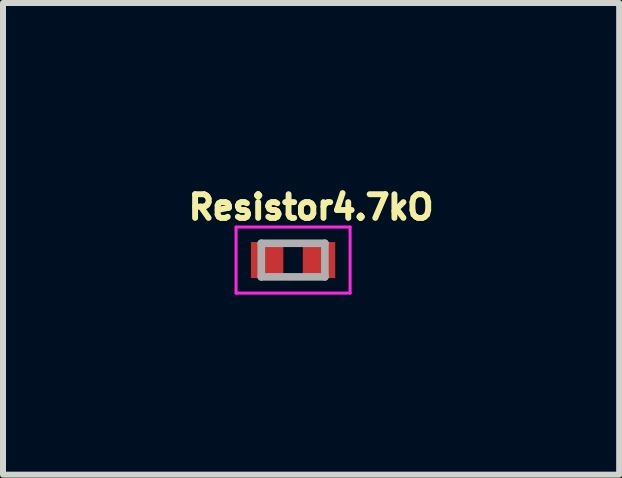
<source format=kicad_pcb>
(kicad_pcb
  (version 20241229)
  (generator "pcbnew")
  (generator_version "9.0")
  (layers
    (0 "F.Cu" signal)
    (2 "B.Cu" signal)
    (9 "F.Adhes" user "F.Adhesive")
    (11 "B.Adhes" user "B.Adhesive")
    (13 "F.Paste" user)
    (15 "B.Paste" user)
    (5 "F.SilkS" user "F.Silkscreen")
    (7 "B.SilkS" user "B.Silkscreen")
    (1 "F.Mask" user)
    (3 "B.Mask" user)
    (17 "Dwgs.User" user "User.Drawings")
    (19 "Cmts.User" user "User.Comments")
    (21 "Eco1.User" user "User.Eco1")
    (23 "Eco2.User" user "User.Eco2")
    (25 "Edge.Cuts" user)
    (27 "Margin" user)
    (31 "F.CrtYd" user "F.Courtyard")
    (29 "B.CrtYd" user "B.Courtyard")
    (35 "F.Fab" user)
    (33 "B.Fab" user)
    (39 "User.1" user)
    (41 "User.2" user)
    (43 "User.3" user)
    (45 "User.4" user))
  (footprint "Resistor4.7kO"
    (layer "F.Cu")
    (at 1.833 1.283)
    (property "Reference" "Resistor4.7kO" (at 0.3 -0.88 0) (layer "F.SilkS") (effects (font (size 0.394 0.394) (thickness 0.15))))
    (attr smd)
    (fp_line (start -0.95 -0.55) (end 0.95 -0.55) (stroke (width 0.05) (type solid)) (layer "F.CrtYd"))
    (fp_line (start -0.95 0.55) (end -0.95 -0.55) (stroke (width 0.05) (type solid)) (layer "F.CrtYd"))
    (fp_line (start -0.95 0.55) (end 0.95 0.55) (stroke (width 0.05) (type solid)) (layer "F.CrtYd"))
    (fp_line (start 0.95 0.55) (end 0.95 -0.55) (stroke (width 0.05) (type solid)) (layer "F.CrtYd"))
    (fp_line (start -0.53 0.28) (end -0.53 -0.28) (stroke (width 0.127) (type solid)) (layer "F.Fab"))
    (fp_line (start 0.53 -0.28) (end -0.53 -0.28) (stroke (width 0.127) (type solid)) (layer "F.Fab"))
    (fp_line (start 0.53 0.28) (end -0.53 0.28) (stroke (width 0.127) (type solid)) (layer "F.Fab"))
    (fp_line (start 0.53 0.28) (end 0.53 -0.28) (stroke (width 0.127) (type solid)) (layer "F.Fab"))
    (pad "1" smd rect (at -0.432 0) (size 0.54 0.6) (layers "F.Cu" "F.Mask" "F.Paste"))
    (pad "2" smd rect (at 0.432 0) (size 0.54 0.6) (layers "F.Cu" "F.Mask" "F.Paste")))
  (gr_rect
    (start -3 -3)
    (end 7.266 4.858)
    (stroke (width 0.1) (type default))
    (fill no)
    (layer "Edge.Cuts")))
</source>
